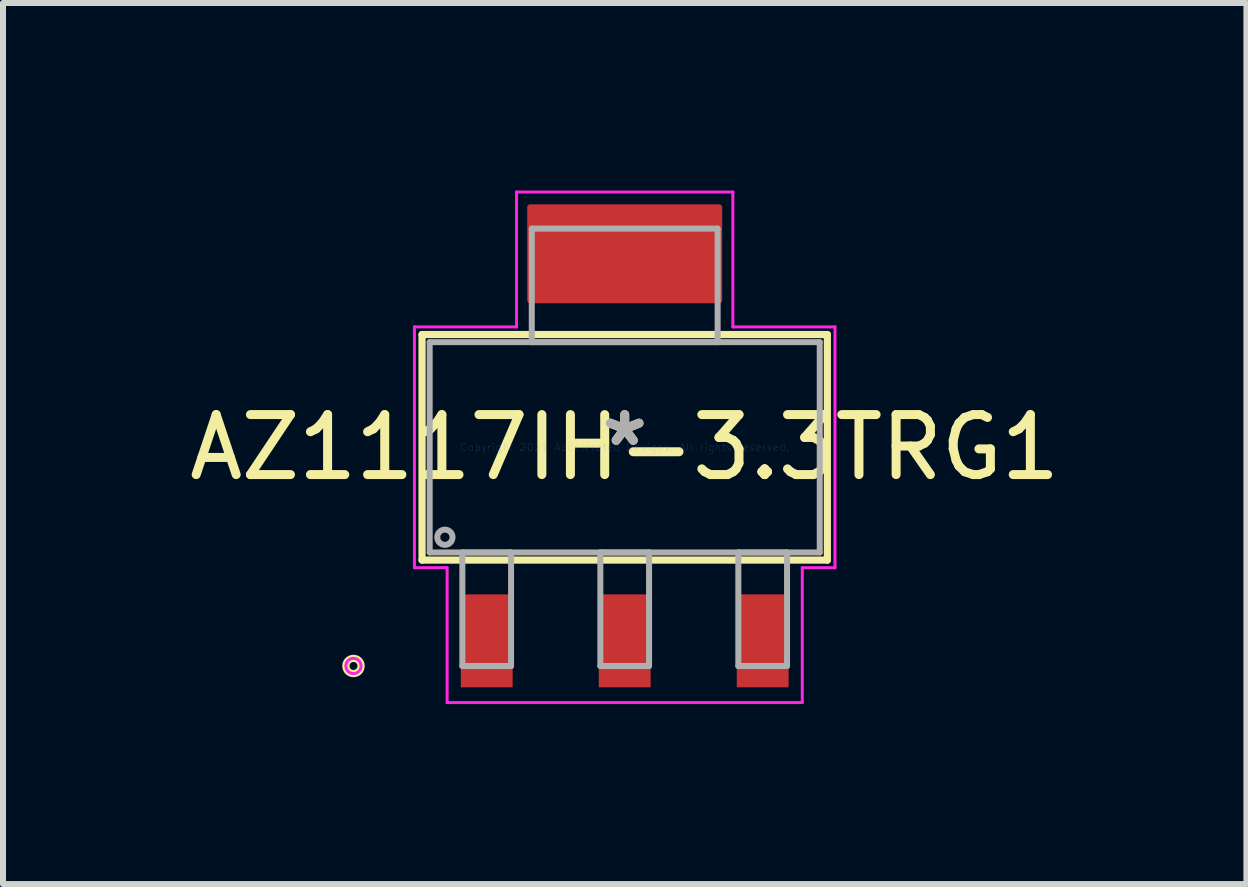
<source format=kicad_pcb>
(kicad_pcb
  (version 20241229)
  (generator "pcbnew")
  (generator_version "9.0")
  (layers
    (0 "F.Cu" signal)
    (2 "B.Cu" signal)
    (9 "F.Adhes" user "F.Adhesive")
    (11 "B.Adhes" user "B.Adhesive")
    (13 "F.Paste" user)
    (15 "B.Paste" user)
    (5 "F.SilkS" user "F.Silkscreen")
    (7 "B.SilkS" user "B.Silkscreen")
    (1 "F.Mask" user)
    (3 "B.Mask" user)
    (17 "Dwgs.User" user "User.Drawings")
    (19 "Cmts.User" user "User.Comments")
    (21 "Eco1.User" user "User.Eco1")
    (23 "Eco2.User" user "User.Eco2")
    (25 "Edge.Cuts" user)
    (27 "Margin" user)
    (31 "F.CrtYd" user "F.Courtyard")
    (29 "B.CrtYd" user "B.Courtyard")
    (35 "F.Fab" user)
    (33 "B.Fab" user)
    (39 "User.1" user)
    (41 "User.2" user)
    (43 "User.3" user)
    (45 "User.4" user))
  (footprint "AZ1117IH-3.3TRG1"
    (layer "F.Cu")
    (at 7.363 4.406)
    (property "Reference" "AZ1117IH-3.3TRG1" (at 0 0 0) (layer "F.SilkS") (effects (font (size 1 1) (thickness 0.15))))
    (attr through_hole)
    (fp_poly (pts (xy 1.575 -4) (xy -1.575 -4) (xy -1.575 -2.451) (xy 1.575 -2.451)) (stroke (width 0.1) (type solid)) (fill yes) (layer "F.Cu"))
    (fp_poly (pts (xy 1.6 -4.356) (xy -1.6 -4.356) (xy -1.6 -2.095) (xy 1.6 -2.095)) (stroke (width 0.1) (type solid)) (fill yes) (layer "F.Mask"))
    (fp_line (start -3.378 -1.88) (end -3.378 1.88) (stroke (width 0.12) (type solid)) (layer "F.SilkS"))
    (fp_line (start -3.378 1.88) (end 3.378 1.88) (stroke (width 0.12) (type solid)) (layer "F.SilkS"))
    (fp_line (start 3.378 -1.88) (end -3.378 -1.88) (stroke (width 0.12) (type solid)) (layer "F.SilkS"))
    (fp_line (start 3.378 1.88) (end 3.378 -1.88) (stroke (width 0.12) (type solid)) (layer "F.SilkS"))
    (fp_circle (center -4.521 3.645) (end -4.394 3.645) (stroke (width 0.12) (type solid)) (fill no) (layer "F.SilkS"))
    (fp_poly (pts (xy 1.575 -4) (xy -1.575 -4) (xy -1.575 -2.451) (xy 1.575 -2.451)) (stroke (width 0.1) (type solid)) (fill yes) (layer "F.Paste"))
    (fp_line (start -3.505 -2.007) (end -1.803 -2.007) (stroke (width 0.05) (type solid)) (layer "F.CrtYd"))
    (fp_line (start -3.505 2.007) (end -3.505 -2.007) (stroke (width 0.05) (type solid)) (layer "F.CrtYd"))
    (fp_line (start -2.96 2.007) (end -3.505 2.007) (stroke (width 0.05) (type solid)) (layer "F.CrtYd"))
    (fp_line (start -2.96 4.255) (end -2.96 2.007) (stroke (width 0.05) (type solid)) (layer "F.CrtYd"))
    (fp_line (start -1.803 -4.255) (end 1.803 -4.255) (stroke (width 0.05) (type solid)) (layer "F.CrtYd"))
    (fp_line (start -1.803 -2.007) (end -1.803 -4.255) (stroke (width 0.05) (type solid)) (layer "F.CrtYd"))
    (fp_line (start 1.803 -4.255) (end 1.803 -2.007) (stroke (width 0.05) (type solid)) (layer "F.CrtYd"))
    (fp_line (start 1.803 -2.007) (end 3.505 -2.007) (stroke (width 0.05) (type solid)) (layer "F.CrtYd"))
    (fp_line (start 2.96 2.007) (end 2.96 4.255) (stroke (width 0.05) (type solid)) (layer "F.CrtYd"))
    (fp_line (start 2.96 4.255) (end -2.96 4.255) (stroke (width 0.05) (type solid)) (layer "F.CrtYd"))
    (fp_line (start 3.505 -2.007) (end 3.505 2.007) (stroke (width 0.05) (type solid)) (layer "F.CrtYd"))
    (fp_line (start 3.505 2.007) (end 2.96 2.007) (stroke (width 0.05) (type solid)) (layer "F.CrtYd"))
    (fp_circle (center -4.521 3.645) (end -4.394 3.645) (stroke (width 0.05) (type solid)) (fill no) (layer "F.CrtYd"))
    (fp_line (start -3.251 -1.753) (end -3.251 1.753) (stroke (width 0.1) (type solid)) (layer "F.Fab"))
    (fp_line (start -3.251 1.753) (end 3.251 1.753) (stroke (width 0.1) (type solid)) (layer "F.Fab"))
    (fp_line (start -2.706 1.753) (end -2.706 3.645) (stroke (width 0.1) (type solid)) (layer "F.Fab"))
    (fp_line (start -2.706 3.645) (end -1.894 3.645) (stroke (width 0.1) (type solid)) (layer "F.Fab"))
    (fp_line (start -1.894 1.753) (end -2.706 1.753) (stroke (width 0.1) (type solid)) (layer "F.Fab"))
    (fp_line (start -1.894 3.645) (end -1.894 1.753) (stroke (width 0.1) (type solid)) (layer "F.Fab"))
    (fp_line (start -1.549 -3.645) (end -1.549 -1.753) (stroke (width 0.1) (type solid)) (layer "F.Fab"))
    (fp_line (start -1.549 -1.753) (end 1.549 -1.753) (stroke (width 0.1) (type solid)) (layer "F.Fab"))
    (fp_line (start -0.406 1.753) (end -0.406 3.645) (stroke (width 0.1) (type solid)) (layer "F.Fab"))
    (fp_line (start -0.406 3.645) (end 0.406 3.645) (stroke (width 0.1) (type solid)) (layer "F.Fab"))
    (fp_line (start 0.406 1.753) (end -0.406 1.753) (stroke (width 0.1) (type solid)) (layer "F.Fab"))
    (fp_line (start 0.406 3.645) (end 0.406 1.753) (stroke (width 0.1) (type solid)) (layer "F.Fab"))
    (fp_line (start 1.549 -3.645) (end -1.549 -3.645) (stroke (width 0.1) (type solid)) (layer "F.Fab"))
    (fp_line (start 1.549 -1.753) (end 1.549 -3.645) (stroke (width 0.1) (type solid)) (layer "F.Fab"))
    (fp_line (start 1.894 1.753) (end 1.894 3.645) (stroke (width 0.1) (type solid)) (layer "F.Fab"))
    (fp_line (start 1.894 3.645) (end 2.706 3.645) (stroke (width 0.1) (type solid)) (layer "F.Fab"))
    (fp_line (start 2.706 1.753) (end 1.894 1.753) (stroke (width 0.1) (type solid)) (layer "F.Fab"))
    (fp_line (start 2.706 3.645) (end 2.706 1.753) (stroke (width 0.1) (type solid)) (layer "F.Fab"))
    (fp_line (start 3.251 -1.753) (end -3.251 -1.753) (stroke (width 0.1) (type solid)) (layer "F.Fab"))
    (fp_line (start 3.251 1.753) (end 3.251 -1.753) (stroke (width 0.1) (type solid)) (layer "F.Fab"))
    (fp_circle (center -2.997 1.499) (end -2.87 1.499) (stroke (width 0.1) (type solid)) (fill no) (layer "F.Fab"))
    (fp_text user "*" (at 0 0 0) (layer "F.SilkS") (effects (font (size 1 1) (thickness 0.15))))
    (fp_text user "Copyright 2021 Accelerated Designs. All rights reserved." (at 0 0 0) (layer "Cmts.User") (effects (font (size 0.127 0.127) (thickness 0.002))))
    (fp_text user "*" (at 0 0 0) (layer "F.Fab") (effects (font (size 1 1) (thickness 0.15))))
    (pad "1" smd rect (at -2.3 3.226) (size 0.864 1.549) (layers "F.Cu" "F.Mask" "F.Paste"))
    (pad "2" smd rect (at 0 3.226) (size 0.864 1.549) (layers "F.Cu" "F.Mask" "F.Paste"))
    (pad "3" smd rect (at 2.3 3.226) (size 0.864 1.549) (layers "F.Cu" "F.Mask" "F.Paste")))
  (gr_rect
    (start -3 -3)
    (end 17.726 11.686)
    (stroke (width 0.1) (type default))
    (fill no)
    (layer "Edge.Cuts")))
</source>
